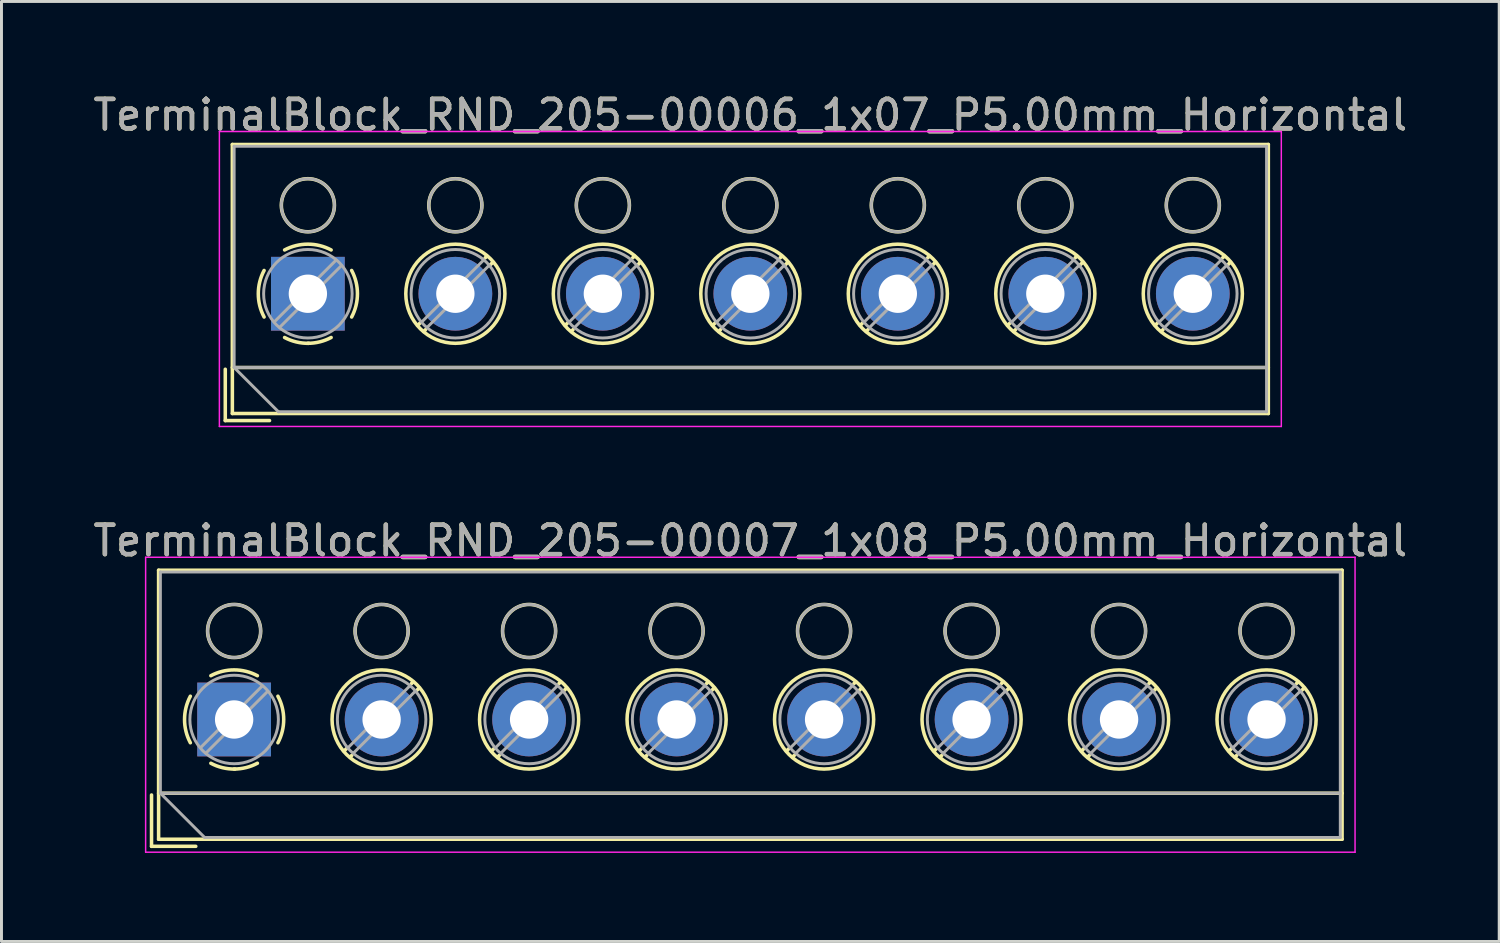
<source format=kicad_pcb>
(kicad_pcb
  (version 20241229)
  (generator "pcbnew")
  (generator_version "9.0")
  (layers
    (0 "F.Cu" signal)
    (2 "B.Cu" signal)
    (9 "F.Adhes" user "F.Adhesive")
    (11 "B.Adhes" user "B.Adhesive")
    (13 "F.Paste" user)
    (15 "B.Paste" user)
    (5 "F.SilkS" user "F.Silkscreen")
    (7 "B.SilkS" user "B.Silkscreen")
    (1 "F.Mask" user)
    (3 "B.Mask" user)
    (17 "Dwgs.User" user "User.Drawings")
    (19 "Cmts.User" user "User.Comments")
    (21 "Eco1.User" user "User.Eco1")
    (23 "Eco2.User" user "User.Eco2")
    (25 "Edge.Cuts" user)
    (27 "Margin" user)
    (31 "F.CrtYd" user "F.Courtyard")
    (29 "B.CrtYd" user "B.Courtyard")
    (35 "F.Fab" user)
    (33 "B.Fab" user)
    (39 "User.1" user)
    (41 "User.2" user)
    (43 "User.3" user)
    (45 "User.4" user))
  (footprint "TerminalBlock_RND_205-00007_1x08_P5.00mm_Horizontal"
    (layer "F.Cu")
    (at 4.887 21.341)
    (property "Reference" "TerminalBlock_RND_205-00007_1x08_P5.00mm_Horizontal" (at 17.5 -6.06 0) (layer "F.SilkS") (effects (font (size 1 1) (thickness 0.15))))
    (attr through_hole)
    (fp_line (start -2.8 2.56) (end -2.8 4.3) (stroke (width 0.12) (type solid)) (layer "F.SilkS"))
    (fp_line (start -2.8 4.3) (end -1.3 4.3) (stroke (width 0.12) (type solid)) (layer "F.SilkS"))
    (fp_line (start -2.56 -5.06) (end -2.56 4.06) (stroke (width 0.12) (type solid)) (layer "F.SilkS"))
    (fp_line (start -2.56 -5.06) (end 37.56 -5.06) (stroke (width 0.12) (type solid)) (layer "F.SilkS"))
    (fp_line (start -2.56 2.5) (end 37.56 2.5) (stroke (width 0.12) (type solid)) (layer "F.SilkS"))
    (fp_line (start -2.56 4.06) (end 37.56 4.06) (stroke (width 0.12) (type solid)) (layer "F.SilkS"))
    (fp_line (start 3.82 0.976) (end 3.726 1.069) (stroke (width 0.12) (type solid)) (layer "F.SilkS"))
    (fp_line (start 3.99 1.216) (end 3.931 1.274) (stroke (width 0.12) (type solid)) (layer "F.SilkS"))
    (fp_line (start 6.07 -1.275) (end 6.011 -1.216) (stroke (width 0.12) (type solid)) (layer "F.SilkS"))
    (fp_line (start 6.275 -1.069) (end 6.181 -0.976) (stroke (width 0.12) (type solid)) (layer "F.SilkS"))
    (fp_line (start 8.82 0.976) (end 8.726 1.069) (stroke (width 0.12) (type solid)) (layer "F.SilkS"))
    (fp_line (start 8.99 1.216) (end 8.931 1.274) (stroke (width 0.12) (type solid)) (layer "F.SilkS"))
    (fp_line (start 11.07 -1.275) (end 11.011 -1.216) (stroke (width 0.12) (type solid)) (layer "F.SilkS"))
    (fp_line (start 11.275 -1.069) (end 11.181 -0.976) (stroke (width 0.12) (type solid)) (layer "F.SilkS"))
    (fp_line (start 13.82 0.976) (end 13.726 1.069) (stroke (width 0.12) (type solid)) (layer "F.SilkS"))
    (fp_line (start 13.99 1.216) (end 13.931 1.274) (stroke (width 0.12) (type solid)) (layer "F.SilkS"))
    (fp_line (start 16.07 -1.275) (end 16.011 -1.216) (stroke (width 0.12) (type solid)) (layer "F.SilkS"))
    (fp_line (start 16.275 -1.069) (end 16.181 -0.976) (stroke (width 0.12) (type solid)) (layer "F.SilkS"))
    (fp_line (start 18.82 0.976) (end 18.726 1.069) (stroke (width 0.12) (type solid)) (layer "F.SilkS"))
    (fp_line (start 18.99 1.216) (end 18.931 1.274) (stroke (width 0.12) (type solid)) (layer "F.SilkS"))
    (fp_line (start 21.07 -1.275) (end 21.011 -1.216) (stroke (width 0.12) (type solid)) (layer "F.SilkS"))
    (fp_line (start 21.275 -1.069) (end 21.181 -0.976) (stroke (width 0.12) (type solid)) (layer "F.SilkS"))
    (fp_line (start 23.82 0.976) (end 23.726 1.069) (stroke (width 0.12) (type solid)) (layer "F.SilkS"))
    (fp_line (start 23.99 1.216) (end 23.931 1.274) (stroke (width 0.12) (type solid)) (layer "F.SilkS"))
    (fp_line (start 26.07 -1.275) (end 26.011 -1.216) (stroke (width 0.12) (type solid)) (layer "F.SilkS"))
    (fp_line (start 26.275 -1.069) (end 26.181 -0.976) (stroke (width 0.12) (type solid)) (layer "F.SilkS"))
    (fp_line (start 28.82 0.976) (end 28.726 1.069) (stroke (width 0.12) (type solid)) (layer "F.SilkS"))
    (fp_line (start 28.99 1.216) (end 28.931 1.274) (stroke (width 0.12) (type solid)) (layer "F.SilkS"))
    (fp_line (start 31.07 -1.275) (end 31.011 -1.216) (stroke (width 0.12) (type solid)) (layer "F.SilkS"))
    (fp_line (start 31.275 -1.069) (end 31.181 -0.976) (stroke (width 0.12) (type solid)) (layer "F.SilkS"))
    (fp_line (start 33.82 0.976) (end 33.726 1.069) (stroke (width 0.12) (type solid)) (layer "F.SilkS"))
    (fp_line (start 33.99 1.216) (end 33.931 1.274) (stroke (width 0.12) (type solid)) (layer "F.SilkS"))
    (fp_line (start 36.07 -1.275) (end 36.011 -1.216) (stroke (width 0.12) (type solid)) (layer "F.SilkS"))
    (fp_line (start 36.275 -1.069) (end 36.181 -0.976) (stroke (width 0.12) (type solid)) (layer "F.SilkS"))
    (fp_line (start 37.56 -5.06) (end 37.56 4.06) (stroke (width 0.12) (type solid)) (layer "F.SilkS"))
    (fp_arc (start -1.483953 0.789089) (mid -1.680708 0.00005) (end -1.484 -0.789) (stroke (width 0.12) (type solid)) (layer "F.SilkS"))
    (fp_arc (start -0.789089 -1.483953) (mid -0.00005 -1.680708) (end 0.789 -1.484) (stroke (width 0.12) (type solid)) (layer "F.SilkS"))
    (fp_arc (start 0.029383 1.68045) (mid -0.392304 1.634281) (end -0.789 1.484) (stroke (width 0.12) (type solid)) (layer "F.SilkS"))
    (fp_arc (start 0.788712 1.483352) (mid 0.406429 1.630097) (end 0 1.68) (stroke (width 0.12) (type solid)) (layer "F.SilkS"))
    (fp_arc (start 1.483953 -0.789089) (mid 1.680708 -0.00005) (end 1.484 0.789) (stroke (width 0.12) (type solid)) (layer "F.SilkS"))
    (fp_circle (center 0 -3) (end 0.9 -3) (stroke (width 0.12) (type solid)) (fill no) (layer "F.SilkS"))
    (fp_circle (center 5 -3) (end 5.9 -3) (stroke (width 0.12) (type solid)) (fill no) (layer "F.SilkS"))
    (fp_circle (center 5 0) (end 6.68 0) (stroke (width 0.12) (type solid)) (fill no) (layer "F.SilkS"))
    (fp_circle (center 10 -3) (end 10.9 -3) (stroke (width 0.12) (type solid)) (fill no) (layer "F.SilkS"))
    (fp_circle (center 10 0) (end 11.68 0) (stroke (width 0.12) (type solid)) (fill no) (layer "F.SilkS"))
    (fp_circle (center 15 -3) (end 15.9 -3) (stroke (width 0.12) (type solid)) (fill no) (layer "F.SilkS"))
    (fp_circle (center 15 0) (end 16.68 0) (stroke (width 0.12) (type solid)) (fill no) (layer "F.SilkS"))
    (fp_circle (center 20 -3) (end 20.9 -3) (stroke (width 0.12) (type solid)) (fill no) (layer "F.SilkS"))
    (fp_circle (center 20 0) (end 21.68 0) (stroke (width 0.12) (type solid)) (fill no) (layer "F.SilkS"))
    (fp_circle (center 25 -3) (end 25.9 -3) (stroke (width 0.12) (type solid)) (fill no) (layer "F.SilkS"))
    (fp_circle (center 25 0) (end 26.68 0) (stroke (width 0.12) (type solid)) (fill no) (layer "F.SilkS"))
    (fp_circle (center 30 -3) (end 30.9 -3) (stroke (width 0.12) (type solid)) (fill no) (layer "F.SilkS"))
    (fp_circle (center 30 0) (end 31.68 0) (stroke (width 0.12) (type solid)) (fill no) (layer "F.SilkS"))
    (fp_circle (center 35 -3) (end 35.9 -3) (stroke (width 0.12) (type solid)) (fill no) (layer "F.SilkS"))
    (fp_circle (center 35 0) (end 36.68 0) (stroke (width 0.12) (type solid)) (fill no) (layer "F.SilkS"))
    (fp_line (start -3 -5.5) (end -3 4.5) (stroke (width 0.05) (type solid)) (layer "F.CrtYd"))
    (fp_line (start -3 4.5) (end 38 4.5) (stroke (width 0.05) (type solid)) (layer "F.CrtYd"))
    (fp_line (start 38 -5.5) (end -3 -5.5) (stroke (width 0.05) (type solid)) (layer "F.CrtYd"))
    (fp_line (start 38 4.5) (end 38 -5.5) (stroke (width 0.05) (type solid)) (layer "F.CrtYd"))
    (fp_line (start -2.5 -5) (end 37.5 -5) (stroke (width 0.1) (type solid)) (layer "F.Fab"))
    (fp_line (start -2.5 2.5) (end -2.5 -5) (stroke (width 0.1) (type solid)) (layer "F.Fab"))
    (fp_line (start -2.5 2.5) (end 37.5 2.5) (stroke (width 0.1) (type solid)) (layer "F.Fab"))
    (fp_line (start -1 4) (end -2.5 2.5) (stroke (width 0.1) (type solid)) (layer "F.Fab"))
    (fp_line (start 0.955 -1.138) (end -1.138 0.955) (stroke (width 0.1) (type solid)) (layer "F.Fab"))
    (fp_line (start 1.138 -0.955) (end -0.955 1.138) (stroke (width 0.1) (type solid)) (layer "F.Fab"))
    (fp_line (start 5.955 -1.138) (end 3.863 0.955) (stroke (width 0.1) (type solid)) (layer "F.Fab"))
    (fp_line (start 6.138 -0.955) (end 4.046 1.138) (stroke (width 0.1) (type solid)) (layer "F.Fab"))
    (fp_line (start 10.955 -1.138) (end 8.863 0.955) (stroke (width 0.1) (type solid)) (layer "F.Fab"))
    (fp_line (start 11.138 -0.955) (end 9.046 1.138) (stroke (width 0.1) (type solid)) (layer "F.Fab"))
    (fp_line (start 15.955 -1.138) (end 13.863 0.955) (stroke (width 0.1) (type solid)) (layer "F.Fab"))
    (fp_line (start 16.138 -0.955) (end 14.046 1.138) (stroke (width 0.1) (type solid)) (layer "F.Fab"))
    (fp_line (start 20.955 -1.138) (end 18.863 0.955) (stroke (width 0.1) (type solid)) (layer "F.Fab"))
    (fp_line (start 21.138 -0.955) (end 19.046 1.138) (stroke (width 0.1) (type solid)) (layer "F.Fab"))
    (fp_line (start 25.955 -1.138) (end 23.863 0.955) (stroke (width 0.1) (type solid)) (layer "F.Fab"))
    (fp_line (start 26.138 -0.955) (end 24.046 1.138) (stroke (width 0.1) (type solid)) (layer "F.Fab"))
    (fp_line (start 30.955 -1.138) (end 28.863 0.955) (stroke (width 0.1) (type solid)) (layer "F.Fab"))
    (fp_line (start 31.138 -0.955) (end 29.046 1.138) (stroke (width 0.1) (type solid)) (layer "F.Fab"))
    (fp_line (start 35.955 -1.138) (end 33.863 0.955) (stroke (width 0.1) (type solid)) (layer "F.Fab"))
    (fp_line (start 36.138 -0.955) (end 34.046 1.138) (stroke (width 0.1) (type solid)) (layer "F.Fab"))
    (fp_line (start 37.5 -5) (end 37.5 4) (stroke (width 0.1) (type solid)) (layer "F.Fab"))
    (fp_line (start 37.5 4) (end -1 4) (stroke (width 0.1) (type solid)) (layer "F.Fab"))
    (fp_circle (center 0 -3) (end 0.9 -3) (stroke (width 0.1) (type solid)) (fill no) (layer "F.Fab"))
    (fp_circle (center 0 0) (end 1.5 0) (stroke (width 0.1) (type solid)) (fill no) (layer "F.Fab"))
    (fp_circle (center 5 -3) (end 5.9 -3) (stroke (width 0.1) (type solid)) (fill no) (layer "F.Fab"))
    (fp_circle (center 5 0) (end 6.5 0) (stroke (width 0.1) (type solid)) (fill no) (layer "F.Fab"))
    (fp_circle (center 10 -3) (end 10.9 -3) (stroke (width 0.1) (type solid)) (fill no) (layer "F.Fab"))
    (fp_circle (center 10 0) (end 11.5 0) (stroke (width 0.1) (type solid)) (fill no) (layer "F.Fab"))
    (fp_circle (center 15 -3) (end 15.9 -3) (stroke (width 0.1) (type solid)) (fill no) (layer "F.Fab"))
    (fp_circle (center 15 0) (end 16.5 0) (stroke (width 0.1) (type solid)) (fill no) (layer "F.Fab"))
    (fp_circle (center 20 -3) (end 20.9 -3) (stroke (width 0.1) (type solid)) (fill no) (layer "F.Fab"))
    (fp_circle (center 20 0) (end 21.5 0) (stroke (width 0.1) (type solid)) (fill no) (layer "F.Fab"))
    (fp_circle (center 25 -3) (end 25.9 -3) (stroke (width 0.1) (type solid)) (fill no) (layer "F.Fab"))
    (fp_circle (center 25 0) (end 26.5 0) (stroke (width 0.1) (type solid)) (fill no) (layer "F.Fab"))
    (fp_circle (center 30 -3) (end 30.9 -3) (stroke (width 0.1) (type solid)) (fill no) (layer "F.Fab"))
    (fp_circle (center 30 0) (end 31.5 0) (stroke (width 0.1) (type solid)) (fill no) (layer "F.Fab"))
    (fp_circle (center 35 -3) (end 35.9 -3) (stroke (width 0.1) (type solid)) (fill no) (layer "F.Fab"))
    (fp_circle (center 35 0) (end 36.5 0) (stroke (width 0.1) (type solid)) (fill no) (layer "F.Fab"))
    (fp_text user "${REFERENCE}" (at 17.5 -6.06 0) (layer "F.Fab") (effects (font (size 1 1) (thickness 0.15))))
    (pad "1" thru_hole rect (at 0 0) (size 2.5 2.5) (drill 1.3) (layers "*.Cu" "*.Mask"))
    (pad "2" thru_hole circle (at 5 0) (size 2.5 2.5) (drill 1.3) (layers "*.Cu" "*.Mask"))
    (pad "3" thru_hole circle (at 10 0) (size 2.5 2.5) (drill 1.3) (layers "*.Cu" "*.Mask"))
    (pad "4" thru_hole circle (at 15 0) (size 2.5 2.5) (drill 1.3) (layers "*.Cu" "*.Mask"))
    (pad "5" thru_hole circle (at 20 0) (size 2.5 2.5) (drill 1.3) (layers "*.Cu" "*.Mask"))
    (pad "6" thru_hole circle (at 25 0) (size 2.5 2.5) (drill 1.3) (layers "*.Cu" "*.Mask"))
    (pad "7" thru_hole circle (at 30 0) (size 2.5 2.5) (drill 1.3) (layers "*.Cu" "*.Mask"))
    (pad "8" thru_hole circle (at 35 0) (size 2.5 2.5) (drill 1.3) (layers "*.Cu" "*.Mask")))
  (footprint "TerminalBlock_RND_205-00006_1x07_P5.00mm_Horizontal"
    (layer "F.Cu")
    (at 7.387 6.908)
    (property "Reference" "TerminalBlock_RND_205-00006_1x07_P5.00mm_Horizontal" (at 15 -6.06 0) (layer "F.SilkS") (effects (font (size 1 1) (thickness 0.15))))
    (attr through_hole)
    (fp_line (start -2.8 2.56) (end -2.8 4.3) (stroke (width 0.12) (type solid)) (layer "F.SilkS"))
    (fp_line (start -2.8 4.3) (end -1.3 4.3) (stroke (width 0.12) (type solid)) (layer "F.SilkS"))
    (fp_line (start -2.56 -5.06) (end -2.56 4.06) (stroke (width 0.12) (type solid)) (layer "F.SilkS"))
    (fp_line (start -2.56 -5.06) (end 32.56 -5.06) (stroke (width 0.12) (type solid)) (layer "F.SilkS"))
    (fp_line (start -2.56 2.5) (end 32.56 2.5) (stroke (width 0.12) (type solid)) (layer "F.SilkS"))
    (fp_line (start -2.56 4.06) (end 32.56 4.06) (stroke (width 0.12) (type solid)) (layer "F.SilkS"))
    (fp_line (start 3.82 0.976) (end 3.726 1.069) (stroke (width 0.12) (type solid)) (layer "F.SilkS"))
    (fp_line (start 3.99 1.216) (end 3.931 1.274) (stroke (width 0.12) (type solid)) (layer "F.SilkS"))
    (fp_line (start 6.07 -1.275) (end 6.011 -1.216) (stroke (width 0.12) (type solid)) (layer "F.SilkS"))
    (fp_line (start 6.275 -1.069) (end 6.181 -0.976) (stroke (width 0.12) (type solid)) (layer "F.SilkS"))
    (fp_line (start 8.82 0.976) (end 8.726 1.069) (stroke (width 0.12) (type solid)) (layer "F.SilkS"))
    (fp_line (start 8.99 1.216) (end 8.931 1.274) (stroke (width 0.12) (type solid)) (layer "F.SilkS"))
    (fp_line (start 11.07 -1.275) (end 11.011 -1.216) (stroke (width 0.12) (type solid)) (layer "F.SilkS"))
    (fp_line (start 11.275 -1.069) (end 11.181 -0.976) (stroke (width 0.12) (type solid)) (layer "F.SilkS"))
    (fp_line (start 13.82 0.976) (end 13.726 1.069) (stroke (width 0.12) (type solid)) (layer "F.SilkS"))
    (fp_line (start 13.99 1.216) (end 13.931 1.274) (stroke (width 0.12) (type solid)) (layer "F.SilkS"))
    (fp_line (start 16.07 -1.275) (end 16.011 -1.216) (stroke (width 0.12) (type solid)) (layer "F.SilkS"))
    (fp_line (start 16.275 -1.069) (end 16.181 -0.976) (stroke (width 0.12) (type solid)) (layer "F.SilkS"))
    (fp_line (start 18.82 0.976) (end 18.726 1.069) (stroke (width 0.12) (type solid)) (layer "F.SilkS"))
    (fp_line (start 18.99 1.216) (end 18.931 1.274) (stroke (width 0.12) (type solid)) (layer "F.SilkS"))
    (fp_line (start 21.07 -1.275) (end 21.011 -1.216) (stroke (width 0.12) (type solid)) (layer "F.SilkS"))
    (fp_line (start 21.275 -1.069) (end 21.181 -0.976) (stroke (width 0.12) (type solid)) (layer "F.SilkS"))
    (fp_line (start 23.82 0.976) (end 23.726 1.069) (stroke (width 0.12) (type solid)) (layer "F.SilkS"))
    (fp_line (start 23.99 1.216) (end 23.931 1.274) (stroke (width 0.12) (type solid)) (layer "F.SilkS"))
    (fp_line (start 26.07 -1.275) (end 26.011 -1.216) (stroke (width 0.12) (type solid)) (layer "F.SilkS"))
    (fp_line (start 26.275 -1.069) (end 26.181 -0.976) (stroke (width 0.12) (type solid)) (layer "F.SilkS"))
    (fp_line (start 28.82 0.976) (end 28.726 1.069) (stroke (width 0.12) (type solid)) (layer "F.SilkS"))
    (fp_line (start 28.99 1.216) (end 28.931 1.274) (stroke (width 0.12) (type solid)) (layer "F.SilkS"))
    (fp_line (start 31.07 -1.275) (end 31.011 -1.216) (stroke (width 0.12) (type solid)) (layer "F.SilkS"))
    (fp_line (start 31.275 -1.069) (end 31.181 -0.976) (stroke (width 0.12) (type solid)) (layer "F.SilkS"))
    (fp_line (start 32.56 -5.06) (end 32.56 4.06) (stroke (width 0.12) (type solid)) (layer "F.SilkS"))
    (fp_arc (start -1.483953 0.789089) (mid -1.680708 0.00005) (end -1.484 -0.789) (stroke (width 0.12) (type solid)) (layer "F.SilkS"))
    (fp_arc (start -0.789089 -1.483953) (mid -0.00005 -1.680708) (end 0.789 -1.484) (stroke (width 0.12) (type solid)) (layer "F.SilkS"))
    (fp_arc (start 0.029383 1.68045) (mid -0.392304 1.634281) (end -0.789 1.484) (stroke (width 0.12) (type solid)) (layer "F.SilkS"))
    (fp_arc (start 0.788712 1.483352) (mid 0.406429 1.630097) (end 0 1.68) (stroke (width 0.12) (type solid)) (layer "F.SilkS"))
    (fp_arc (start 1.483953 -0.789089) (mid 1.680708 -0.00005) (end 1.484 0.789) (stroke (width 0.12) (type solid)) (layer "F.SilkS"))
    (fp_circle (center 0 -3) (end 0.9 -3) (stroke (width 0.12) (type solid)) (fill no) (layer "F.SilkS"))
    (fp_circle (center 5 -3) (end 5.9 -3) (stroke (width 0.12) (type solid)) (fill no) (layer "F.SilkS"))
    (fp_circle (center 5 0) (end 6.68 0) (stroke (width 0.12) (type solid)) (fill no) (layer "F.SilkS"))
    (fp_circle (center 10 -3) (end 10.9 -3) (stroke (width 0.12) (type solid)) (fill no) (layer "F.SilkS"))
    (fp_circle (center 10 0) (end 11.68 0) (stroke (width 0.12) (type solid)) (fill no) (layer "F.SilkS"))
    (fp_circle (center 15 -3) (end 15.9 -3) (stroke (width 0.12) (type solid)) (fill no) (layer "F.SilkS"))
    (fp_circle (center 15 0) (end 16.68 0) (stroke (width 0.12) (type solid)) (fill no) (layer "F.SilkS"))
    (fp_circle (center 20 -3) (end 20.9 -3) (stroke (width 0.12) (type solid)) (fill no) (layer "F.SilkS"))
    (fp_circle (center 20 0) (end 21.68 0) (stroke (width 0.12) (type solid)) (fill no) (layer "F.SilkS"))
    (fp_circle (center 25 -3) (end 25.9 -3) (stroke (width 0.12) (type solid)) (fill no) (layer "F.SilkS"))
    (fp_circle (center 25 0) (end 26.68 0) (stroke (width 0.12) (type solid)) (fill no) (layer "F.SilkS"))
    (fp_circle (center 30 -3) (end 30.9 -3) (stroke (width 0.12) (type solid)) (fill no) (layer "F.SilkS"))
    (fp_circle (center 30 0) (end 31.68 0) (stroke (width 0.12) (type solid)) (fill no) (layer "F.SilkS"))
    (fp_line (start -3 -5.5) (end -3 4.5) (stroke (width 0.05) (type solid)) (layer "F.CrtYd"))
    (fp_line (start -3 4.5) (end 33 4.5) (stroke (width 0.05) (type solid)) (layer "F.CrtYd"))
    (fp_line (start 33 -5.5) (end -3 -5.5) (stroke (width 0.05) (type solid)) (layer "F.CrtYd"))
    (fp_line (start 33 4.5) (end 33 -5.5) (stroke (width 0.05) (type solid)) (layer "F.CrtYd"))
    (fp_line (start -2.5 -5) (end 32.5 -5) (stroke (width 0.1) (type solid)) (layer "F.Fab"))
    (fp_line (start -2.5 2.5) (end -2.5 -5) (stroke (width 0.1) (type solid)) (layer "F.Fab"))
    (fp_line (start -2.5 2.5) (end 32.5 2.5) (stroke (width 0.1) (type solid)) (layer "F.Fab"))
    (fp_line (start -1 4) (end -2.5 2.5) (stroke (width 0.1) (type solid)) (layer "F.Fab"))
    (fp_line (start 0.955 -1.138) (end -1.138 0.955) (stroke (width 0.1) (type solid)) (layer "F.Fab"))
    (fp_line (start 1.138 -0.955) (end -0.955 1.138) (stroke (width 0.1) (type solid)) (layer "F.Fab"))
    (fp_line (start 5.955 -1.138) (end 3.863 0.955) (stroke (width 0.1) (type solid)) (layer "F.Fab"))
    (fp_line (start 6.138 -0.955) (end 4.046 1.138) (stroke (width 0.1) (type solid)) (layer "F.Fab"))
    (fp_line (start 10.955 -1.138) (end 8.863 0.955) (stroke (width 0.1) (type solid)) (layer "F.Fab"))
    (fp_line (start 11.138 -0.955) (end 9.046 1.138) (stroke (width 0.1) (type solid)) (layer "F.Fab"))
    (fp_line (start 15.955 -1.138) (end 13.863 0.955) (stroke (width 0.1) (type solid)) (layer "F.Fab"))
    (fp_line (start 16.138 -0.955) (end 14.046 1.138) (stroke (width 0.1) (type solid)) (layer "F.Fab"))
    (fp_line (start 20.955 -1.138) (end 18.863 0.955) (stroke (width 0.1) (type solid)) (layer "F.Fab"))
    (fp_line (start 21.138 -0.955) (end 19.046 1.138) (stroke (width 0.1) (type solid)) (layer "F.Fab"))
    (fp_line (start 25.955 -1.138) (end 23.863 0.955) (stroke (width 0.1) (type solid)) (layer "F.Fab"))
    (fp_line (start 26.138 -0.955) (end 24.046 1.138) (stroke (width 0.1) (type solid)) (layer "F.Fab"))
    (fp_line (start 30.955 -1.138) (end 28.863 0.955) (stroke (width 0.1) (type solid)) (layer "F.Fab"))
    (fp_line (start 31.138 -0.955) (end 29.046 1.138) (stroke (width 0.1) (type solid)) (layer "F.Fab"))
    (fp_line (start 32.5 -5) (end 32.5 4) (stroke (width 0.1) (type solid)) (layer "F.Fab"))
    (fp_line (start 32.5 4) (end -1 4) (stroke (width 0.1) (type solid)) (layer "F.Fab"))
    (fp_circle (center 0 -3) (end 0.9 -3) (stroke (width 0.1) (type solid)) (fill no) (layer "F.Fab"))
    (fp_circle (center 0 0) (end 1.5 0) (stroke (width 0.1) (type solid)) (fill no) (layer "F.Fab"))
    (fp_circle (center 5 -3) (end 5.9 -3) (stroke (width 0.1) (type solid)) (fill no) (layer "F.Fab"))
    (fp_circle (center 5 0) (end 6.5 0) (stroke (width 0.1) (type solid)) (fill no) (layer "F.Fab"))
    (fp_circle (center 10 -3) (end 10.9 -3) (stroke (width 0.1) (type solid)) (fill no) (layer "F.Fab"))
    (fp_circle (center 10 0) (end 11.5 0) (stroke (width 0.1) (type solid)) (fill no) (layer "F.Fab"))
    (fp_circle (center 15 -3) (end 15.9 -3) (stroke (width 0.1) (type solid)) (fill no) (layer "F.Fab"))
    (fp_circle (center 15 0) (end 16.5 0) (stroke (width 0.1) (type solid)) (fill no) (layer "F.Fab"))
    (fp_circle (center 20 -3) (end 20.9 -3) (stroke (width 0.1) (type solid)) (fill no) (layer "F.Fab"))
    (fp_circle (center 20 0) (end 21.5 0) (stroke (width 0.1) (type solid)) (fill no) (layer "F.Fab"))
    (fp_circle (center 25 -3) (end 25.9 -3) (stroke (width 0.1) (type solid)) (fill no) (layer "F.Fab"))
    (fp_circle (center 25 0) (end 26.5 0) (stroke (width 0.1) (type solid)) (fill no) (layer "F.Fab"))
    (fp_circle (center 30 -3) (end 30.9 -3) (stroke (width 0.1) (type solid)) (fill no) (layer "F.Fab"))
    (fp_circle (center 30 0) (end 31.5 0) (stroke (width 0.1) (type solid)) (fill no) (layer "F.Fab"))
    (fp_text user "${REFERENCE}" (at 15 -6.06 0) (layer "F.Fab") (effects (font (size 1 1) (thickness 0.15))))
    (pad "1" thru_hole rect (at 0 0) (size 2.5 2.5) (drill 1.3) (layers "*.Cu" "*.Mask"))
    (pad "2" thru_hole circle (at 5 0) (size 2.5 2.5) (drill 1.3) (layers "*.Cu" "*.Mask"))
    (pad "3" thru_hole circle (at 10 0) (size 2.5 2.5) (drill 1.3) (layers "*.Cu" "*.Mask"))
    (pad "4" thru_hole circle (at 15 0) (size 2.5 2.5) (drill 1.3) (layers "*.Cu" "*.Mask"))
    (pad "5" thru_hole circle (at 20 0) (size 2.5 2.5) (drill 1.3) (layers "*.Cu" "*.Mask"))
    (pad "6" thru_hole circle (at 25 0) (size 2.5 2.5) (drill 1.3) (layers "*.Cu" "*.Mask"))
    (pad "7" thru_hole circle (at 30 0) (size 2.5 2.5) (drill 1.3) (layers "*.Cu" "*.Mask")))
  (gr_rect
    (start -3 -3)
    (end 47.774 28.866)
    (stroke (width 0.1) (type default))
    (fill no)
    (layer "Edge.Cuts")))
</source>
